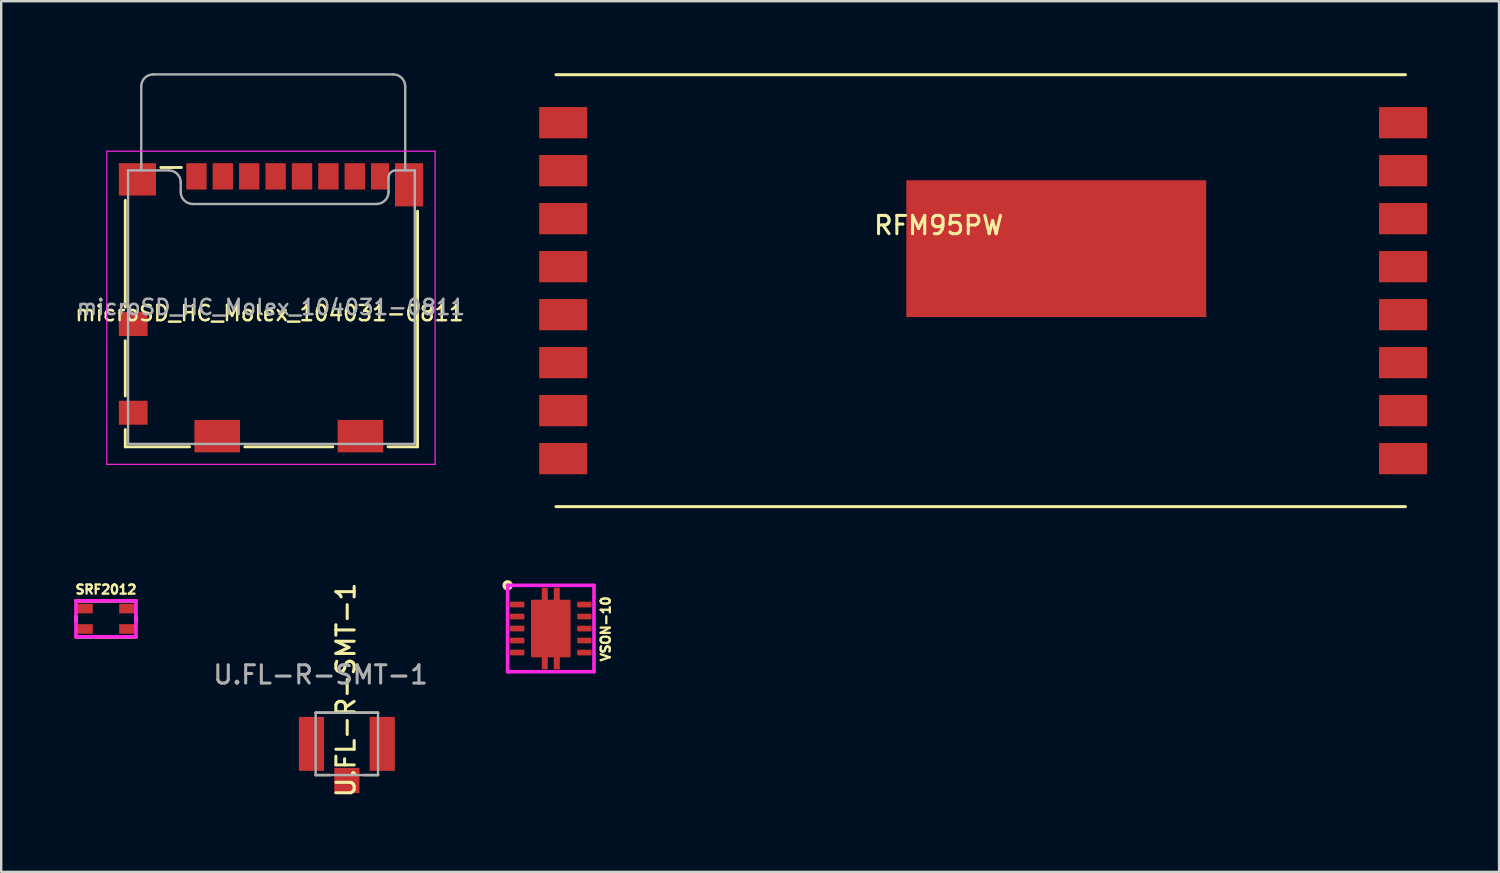
<source format=kicad_pcb>
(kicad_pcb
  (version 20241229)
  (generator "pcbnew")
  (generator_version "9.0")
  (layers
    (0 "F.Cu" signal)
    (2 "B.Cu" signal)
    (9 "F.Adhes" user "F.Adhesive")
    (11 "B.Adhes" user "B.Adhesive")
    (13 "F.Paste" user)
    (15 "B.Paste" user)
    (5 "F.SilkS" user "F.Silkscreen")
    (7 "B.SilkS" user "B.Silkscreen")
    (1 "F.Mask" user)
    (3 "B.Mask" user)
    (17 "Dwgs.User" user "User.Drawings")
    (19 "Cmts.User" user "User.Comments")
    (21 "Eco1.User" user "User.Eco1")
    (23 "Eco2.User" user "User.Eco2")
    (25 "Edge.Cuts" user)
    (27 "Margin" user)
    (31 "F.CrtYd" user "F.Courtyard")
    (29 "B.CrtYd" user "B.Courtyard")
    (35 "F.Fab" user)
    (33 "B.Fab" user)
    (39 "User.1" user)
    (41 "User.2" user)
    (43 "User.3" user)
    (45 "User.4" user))
  (footprint "U.FL-R-SMT-1"
    (layer "F.Cu")
    (at 11.404 27.95)
    (property "Reference" "U.FL-R-SMT-1" (at -0.041 -2.245 90) (unlocked yes) (layer "F.SilkS") (effects (font (size 0.762 0.762) (thickness 0.127))))
    (attr smd)
    (fp_line (start -1.3 -1.3) (end 1.3 -1.3) (stroke (width 0.1) (type solid)) (layer "F.SilkS"))
    (fp_line (start -1.3 1.3) (end -0.681 1.3) (stroke (width 0.1) (type solid)) (layer "F.SilkS"))
    (fp_line (start 1.3 1.3) (end 0.681 1.3) (stroke (width 0.1) (type solid)) (layer "F.SilkS"))
    (fp_line (start -1.3 -1.3) (end 1.3 -1.3) (stroke (width 0.1) (type solid)) (layer "F.Fab"))
    (fp_line (start -1.3 1.3) (end -1.3 -1.3) (stroke (width 0.1) (type solid)) (layer "F.Fab"))
    (fp_line (start 1.3 -1.3) (end 1.3 1.3) (stroke (width 0.1) (type solid)) (layer "F.Fab"))
    (fp_line (start 1.3 1.3) (end -1.3 1.3) (stroke (width 0.1) (type solid)) (layer "F.Fab"))
    (fp_text user "${REFERENCE}" (at -1.095 -2.881 180) (layer "F.Fab") (effects (font (size 0.762 0.762) (thickness 0.127))))
    (pad "1" smd rect (at -1.475 0) (size 1.05 2.25) (layers "F.Cu" "F.Mask" "F.Paste"))
    (pad "2" smd rect (at 1.475 0) (size 1.05 2.25) (layers "F.Cu" "F.Mask" "F.Paste"))
    (pad "3" smd rect (at 0 1.525 90) (size 1.05 1.05) (layers "F.Cu" "F.Mask" "F.Paste")))
  (footprint "SRF2012"
    (layer "F.Cu")
    (at 1.366 22.736)
    (property "Reference" "SRF2012" (at 0 -1.219 180) (layer "F.SilkS") (effects (font (size 0.381 0.381) (thickness 0.095))))
    (attr through_hole)
    (fp_line (start -1.25 -0.75) (end 1.25 -0.75) (stroke (width 0.15) (type solid)) (layer "F.SilkS"))
    (fp_line (start -1.25 -0.1) (end -1.25 0.1) (stroke (width 0.15) (type solid)) (layer "F.SilkS"))
    (fp_line (start 1.25 -0.1) (end 1.25 0.1) (stroke (width 0.15) (type solid)) (layer "F.SilkS"))
    (fp_line (start 1.25 0.75) (end -1.25 0.75) (stroke (width 0.15) (type solid)) (layer "F.SilkS"))
    (fp_line (start -1.25 -0.75) (end -1.25 0.75) (stroke (width 0.15) (type solid)) (layer "F.CrtYd"))
    (fp_line (start -1.25 0.75) (end 1.25 0.75) (stroke (width 0.15) (type solid)) (layer "F.CrtYd"))
    (fp_line (start 1.25 -0.75) (end -1.25 -0.75) (stroke (width 0.15) (type solid)) (layer "F.CrtYd"))
    (fp_line (start 1.25 0.75) (end 1.25 -0.75) (stroke (width 0.15) (type solid)) (layer "F.CrtYd"))
    (pad "1" smd rect (at -0.925 -0.425) (size 0.75 0.4) (layers "F.Cu" "F.Mask" "F.Paste"))
    (pad "2" smd rect (at 0.925 -0.425) (size 0.75 0.4) (layers "F.Cu" "F.Mask" "F.Paste"))
    (pad "3" smd rect (at -0.925 0.425) (size 0.75 0.4) (layers "F.Cu" "F.Mask" "F.Paste"))
    (pad "4" smd rect (at 0.925 0.425) (size 0.75 0.4) (layers "F.Cu" "F.Mask" "F.Paste")))
  (footprint "microSD_HC_Molex_104031-0811"
    (layer "F.Cu")
    (at 8.241 9.75)
    (property "Reference" "microSD_HC_Molex_104031-0811" (at -0.064 0.254 180) (layer "F.SilkS") (effects (font (size 0.635 0.635) (thickness 0.102))))
    (attr smd)
    (fp_line (start -6.07 -4.45) (end -6.07 0) (stroke (width 0.12) (type solid)) (layer "F.SilkS"))
    (fp_line (start -6.07 1.4) (end -6.07 3.7) (stroke (width 0.12) (type solid)) (layer "F.SilkS"))
    (fp_line (start -6.07 5.1) (end -6.07 5.82) (stroke (width 0.12) (type solid)) (layer "F.SilkS"))
    (fp_line (start -6.07 5.82) (end -3.39 5.82) (stroke (width 0.12) (type solid)) (layer "F.SilkS"))
    (fp_line (start -4.59 -5.82) (end -3.73 -5.82) (stroke (width 0.12) (type solid)) (layer "F.SilkS"))
    (fp_line (start -1.09 5.82) (end 2.58 5.82) (stroke (width 0.12) (type solid)) (layer "F.SilkS"))
    (fp_line (start 4.88 5.82) (end 6.11 5.82) (stroke (width 0.12) (type solid)) (layer "F.SilkS"))
    (fp_line (start 6.11 5.82) (end 6.11 -4) (stroke (width 0.12) (type solid)) (layer "F.SilkS"))
    (fp_line (start -6.84 -6.5) (end 6.84 -6.5) (stroke (width 0.05) (type solid)) (layer "F.CrtYd"))
    (fp_line (start -6.84 6.55) (end -6.84 -6.5) (stroke (width 0.05) (type solid)) (layer "F.CrtYd"))
    (fp_line (start 6.84 -6.5) (end 6.84 6.55) (stroke (width 0.05) (type solid)) (layer "F.CrtYd"))
    (fp_line (start 6.84 6.55) (end -6.84 6.55) (stroke (width 0.05) (type solid)) (layer "F.CrtYd"))
    (fp_line (start -5.955 -5.7) (end -5.955 5.7) (stroke (width 0.1) (type solid)) (layer "F.Fab"))
    (fp_line (start -5.955 -5.7) (end -4.26 -5.7) (stroke (width 0.1) (type solid)) (layer "F.Fab"))
    (fp_line (start -5.405 -9.2) (end -5.405 -5.7) (stroke (width 0.1) (type solid)) (layer "F.Fab"))
    (fp_line (start -4.905 -9.7) (end 5.095 -9.7) (stroke (width 0.1) (type solid)) (layer "F.Fab"))
    (fp_line (start -3.76 -4.8) (end -3.76 -5.2) (stroke (width 0.1) (type solid)) (layer "F.Fab"))
    (fp_line (start 4.4 -4.3) (end -3.26 -4.3) (stroke (width 0.1) (type solid)) (layer "F.Fab"))
    (fp_line (start 4.9 -5.4) (end 4.9 -4.8) (stroke (width 0.1) (type solid)) (layer "F.Fab"))
    (fp_line (start 5.595 -5.7) (end 5.595 -9.2) (stroke (width 0.1) (type solid)) (layer "F.Fab"))
    (fp_line (start 5.995 -5.7) (end 5.21 -5.7) (stroke (width 0.1) (type solid)) (layer "F.Fab"))
    (fp_line (start 5.995 5.7) (end -5.955 5.7) (stroke (width 0.1) (type solid)) (layer "F.Fab"))
    (fp_line (start 5.995 5.7) (end 5.995 -5.7) (stroke (width 0.1) (type solid)) (layer "F.Fab"))
    (fp_arc (start -5.405 -9.2) (mid -5.258553 -9.553553) (end -4.905 -9.7) (stroke (width 0.1) (type solid)) (layer "F.Fab"))
    (fp_arc (start -4.26 -5.7) (mid -3.906447 -5.553553) (end -3.76 -5.2) (stroke (width 0.1) (type solid)) (layer "F.Fab"))
    (fp_arc (start -3.26 -4.3) (mid -3.613553 -4.446447) (end -3.76 -4.8) (stroke (width 0.1) (type solid)) (layer "F.Fab"))
    (fp_arc (start 4.9 -5.4) (mid 4.987868 -5.612132) (end 5.2 -5.7) (stroke (width 0.1) (type solid)) (layer "F.Fab"))
    (fp_arc (start 4.9 -4.8) (mid 4.753553 -4.446447) (end 4.4 -4.3) (stroke (width 0.1) (type solid)) (layer "F.Fab"))
    (fp_arc (start 5.095 -9.7) (mid 5.448553 -9.553553) (end 5.595 -9.2) (stroke (width 0.1) (type solid)) (layer "F.Fab"))
    (fp_text user "${REFERENCE}" (at 0 0 180) (layer "F.Fab") (effects (font (size 0.635 0.635) (thickness 0.102))))
    (pad "1" smd rect (at -3.105 -5.45) (size 0.85 1.1) (layers "F.Cu" "F.Mask" "F.Paste"))
    (pad "2" smd rect (at -2.005 -5.45) (size 0.85 1.1) (layers "F.Cu" "F.Mask" "F.Paste"))
    (pad "3" smd rect (at -0.905 -5.45) (size 0.85 1.1) (layers "F.Cu" "F.Mask" "F.Paste"))
    (pad "4" smd rect (at 0.195 -5.45) (size 0.85 1.1) (layers "F.Cu" "F.Mask" "F.Paste"))
    (pad "5" smd rect (at 1.295 -5.45) (size 0.85 1.1) (layers "F.Cu" "F.Mask" "F.Paste"))
    (pad "6" smd rect (at 2.395 -5.45) (size 0.85 1.1) (layers "F.Cu" "F.Mask" "F.Paste"))
    (pad "7" smd rect (at 3.495 -5.45) (size 0.85 1.1) (layers "F.Cu" "F.Mask" "F.Paste"))
    (pad "8" smd rect (at 4.545 -5.45) (size 0.75 1.1) (layers "F.Cu" "F.Mask" "F.Paste"))
    (pad "9" smd rect (at -5.74 0.7) (size 1.2 1) (layers "F.Cu" "F.Mask" "F.Paste"))
    (pad "10" smd rect (at -5.74 4.4) (size 1.2 1) (layers "F.Cu" "F.Mask" "F.Paste"))
    (pad "11" smd rect (at -5.565 -5.325) (size 1.55 1.35) (layers "F.Cu" "F.Mask" "F.Paste"))
    (pad "11" smd rect (at -2.24 5.375) (size 1.9 1.35) (layers "F.Cu" "F.Mask" "F.Paste"))
    (pad "11" smd rect (at 3.73 5.375) (size 1.9 1.35) (layers "F.Cu" "F.Mask" "F.Paste"))
    (pad "11" smd rect (at 5.755 -5.1) (size 1.17 1.8) (layers "F.Cu" "F.Mask" "F.Paste")))
  (footprint "VSON-10"
    (layer "F.Cu")
    (at 19.903 23.143)
    (property "Reference" "VSON-10" (at 2.287 0.016 90) (layer "F.SilkS") (effects (font (size 0.381 0.381) (thickness 0.095))))
    (attr through_hole)
    (fp_circle (center -1.8 -1.8) (end -1.7 -1.7) (stroke (width 0.15) (type solid)) (fill no) (layer "F.SilkS"))
    (fp_line (start -1.8 -1.8) (end 1.8 -1.8) (stroke (width 0.15) (type solid)) (layer "F.CrtYd"))
    (fp_line (start -1.8 1.8) (end -1.8 -1.8) (stroke (width 0.15) (type solid)) (layer "F.CrtYd"))
    (fp_line (start 1.8 -1.8) (end 1.8 1.8) (stroke (width 0.15) (type solid)) (layer "F.CrtYd"))
    (fp_line (start 1.8 1.8) (end -1.8 1.8) (stroke (width 0.15) (type solid)) (layer "F.CrtYd"))
    (pad "" smd roundrect (at -0.25 -1.53) (size 0.25 0.34) (layers "F.Paste") (roundrect_rratio 0.03))
    (pad "" smd roundrect (at -0.25 1.53) (size 0.25 0.34) (layers "F.Paste") (roundrect_rratio 0.03))
    (pad "" smd roundrect (at 0 -0.63) (size 1.5 1.06) (layers "F.Paste") (roundrect_rratio 0.03))
    (pad "" smd roundrect (at 0 0.63) (size 1.5 1.06) (layers "F.Paste") (roundrect_rratio 0.03))
    (pad "" smd roundrect (at 0.25 -1.53) (size 0.25 0.34) (layers "F.Paste") (roundrect_rratio 0.03))
    (pad "" smd roundrect (at 0.25 1.53) (size 0.25 0.34) (layers "F.Paste") (roundrect_rratio 0.03))
    (pad "1" smd roundrect (at -1.4 -1) (size 0.6 0.24) (layers "F.Cu" "F.Mask" "F.Paste") (roundrect_rratio 0.2))
    (pad "2" smd roundrect (at -1.4 -0.5) (size 0.6 0.24) (layers "F.Cu" "F.Mask" "F.Paste") (roundrect_rratio 0.2))
    (pad "3" smd roundrect (at -1.4 0) (size 0.6 0.24) (layers "F.Cu" "F.Mask" "F.Paste") (roundrect_rratio 0.2))
    (pad "4" smd roundrect (at -1.4 0.5) (size 0.6 0.24) (layers "F.Cu" "F.Mask" "F.Paste") (roundrect_rratio 0.2))
    (pad "5" smd roundrect (at -1.4 1) (size 0.6 0.24) (layers "F.Cu" "F.Mask" "F.Paste") (roundrect_rratio 0.2))
    (pad "6" smd roundrect (at 1.4 1) (size 0.6 0.24) (layers "F.Cu" "F.Mask" "F.Paste") (roundrect_rratio 0.2))
    (pad "7" smd roundrect (at 1.4 0.5) (size 0.6 0.24) (layers "F.Cu" "F.Mask" "F.Paste") (roundrect_rratio 0.2))
    (pad "8" smd roundrect (at 1.4 0) (size 0.6 0.24) (layers "F.Cu" "F.Mask" "F.Paste") (roundrect_rratio 0.2))
    (pad "9" smd roundrect (at 1.4 -0.5) (size 0.6 0.24) (layers "F.Cu" "F.Mask" "F.Paste") (roundrect_rratio 0.2))
    (pad "10" smd roundrect (at 1.4 -1) (size 0.6 0.24) (layers "F.Cu" "F.Mask" "F.Paste") (roundrect_rratio 0.2))
    (pad "11" smd roundrect (at -0.25 -1.1) (size 0.25 1.2) (layers "F.Cu" "F.Mask") (roundrect_rratio 0.03))
    (pad "11" smd roundrect (at -0.25 1.1) (size 0.25 1.2) (layers "F.Cu" "F.Mask") (roundrect_rratio 0.03))
    (pad "11" smd roundrect (at 0 0) (size 1.65 2.4) (layers "F.Cu" "F.Mask") (roundrect_rratio 0.03))
    (pad "11" smd roundrect (at 0.25 -1.1) (size 0.25 1.2) (layers "F.Cu" "F.Mask") (roundrect_rratio 0.03))
    (pad "11" smd roundrect (at 0.25 1.1) (size 0.25 1.2) (layers "F.Cu" "F.Mask") (roundrect_rratio 0.03)))
  (footprint "RFM95PW"
    (layer "F.Cu")
    (at 37.819 8.563)
    (property "Reference" "RFM95PW" (at 1.016 -2.667 0) (layer "F.SilkS") (effects (font (size 0.762 0.762) (thickness 0.127)) (justify right top)))
    (attr through_hole)
    (fp_line (start -17.7 -8.5) (end 17.7 -8.5) (stroke (width 0.127) (type solid)) (layer "F.SilkS"))
    (fp_line (start -17.7 9.5) (end 17.7 9.5) (stroke (width 0.127) (type solid)) (layer "F.SilkS"))
    (fp_poly (pts (xy 0.076 -1.504) (xy -2.4 -1.504) (xy -2.4 -3.6) (xy 0.076 -3.6)) (stroke (width 0.1) (type solid)) (fill yes) (layer "F.Paste"))
    (fp_poly (pts (xy 0.076 0.908) (xy -2.4 0.908) (xy -2.4 -1.187) (xy 0.076 -1.187)) (stroke (width 0.1) (type solid)) (fill yes) (layer "F.Paste"))
    (fp_poly (pts (xy 2.976 -1.504) (xy 0.5 -1.504) (xy 0.5 -3.6) (xy 2.976 -3.6)) (stroke (width 0.1) (type solid)) (fill yes) (layer "F.Paste"))
    (fp_poly (pts (xy 2.976 0.895) (xy 0.5 0.895) (xy 0.5 -1.2) (xy 2.976 -1.2)) (stroke (width 0.1) (type solid)) (fill yes) (layer "F.Paste"))
    (fp_poly (pts (xy 5.877 -1.504) (xy 3.4 -1.504) (xy 3.4 -3.6) (xy 5.877 -3.6)) (stroke (width 0.1) (type solid)) (fill yes) (layer "F.Paste"))
    (fp_poly (pts (xy 5.877 0.895) (xy 3.4 0.895) (xy 3.4 -1.2) (xy 5.877 -1.2)) (stroke (width 0.1) (type solid)) (fill yes) (layer "F.Paste"))
    (fp_poly (pts (xy 8.753 -1.504) (xy 6.277 -1.504) (xy 6.277 -3.6) (xy 8.753 -3.6)) (stroke (width 0.1) (type solid)) (fill yes) (layer "F.Paste"))
    (fp_poly (pts (xy 8.753 0.908) (xy 6.277 0.908) (xy 6.277 -1.187) (xy 8.753 -1.187)) (stroke (width 0.1) (type solid)) (fill yes) (layer "F.Paste"))
    (pad "1" smd rect (at 17.6 7.5) (size 2 1.3) (layers "F.Cu" "F.Mask" "F.Paste"))
    (pad "2" smd rect (at 17.6 5.5) (size 2 1.3) (layers "F.Cu" "F.Mask" "F.Paste"))
    (pad "3" smd rect (at 17.6 3.5) (size 2 1.3) (layers "F.Cu" "F.Mask" "F.Paste"))
    (pad "4" smd rect (at 17.6 1.5) (size 2 1.3) (layers "F.Cu" "F.Mask" "F.Paste"))
    (pad "5" smd rect (at 17.6 -0.5) (size 2 1.3) (layers "F.Cu" "F.Mask" "F.Paste"))
    (pad "6" smd rect (at 17.6 -2.5) (size 2 1.3) (layers "F.Cu" "F.Mask" "F.Paste"))
    (pad "7" smd rect (at 17.6 -4.5) (size 2 1.3) (layers "F.Cu" "F.Mask" "F.Paste"))
    (pad "8" smd rect (at 17.6 -6.5) (size 2 1.3) (layers "F.Cu" "F.Mask" "F.Paste"))
    (pad "9" smd rect (at -17.4 -6.5) (size 2 1.3) (layers "F.Cu" "F.Mask" "F.Paste"))
    (pad "10" smd rect (at -17.4 -4.5) (size 2 1.3) (layers "F.Cu" "F.Mask" "F.Paste"))
    (pad "11" smd rect (at -17.4 -2.5) (size 2 1.3) (layers "F.Cu" "F.Mask" "F.Paste"))
    (pad "12" smd rect (at -17.4 -0.5) (size 2 1.3) (layers "F.Cu" "F.Mask" "F.Paste"))
    (pad "13" smd rect (at -17.4 1.5) (size 2 1.3) (layers "F.Cu" "F.Mask" "F.Paste"))
    (pad "14" smd rect (at -17.4 3.5) (size 2 1.3) (layers "F.Cu" "F.Mask" "F.Paste"))
    (pad "15" smd rect (at -17.4 5.5) (size 2 1.3) (layers "F.Cu" "F.Mask" "F.Paste"))
    (pad "16" smd rect (at -17.4 7.5) (size 2 1.3) (layers "F.Cu" "F.Mask" "F.Paste"))
    (pad "17" smd rect (at 3.15 -1.25) (size 12.5 5.7) (layers "F.Cu" "F.Mask")))
  (gr_rect
    (start -3 -3)
    (end 59.419 33.282)
    (stroke (width 0.1) (type default))
    (fill no)
    (layer "Edge.Cuts")))
</source>
